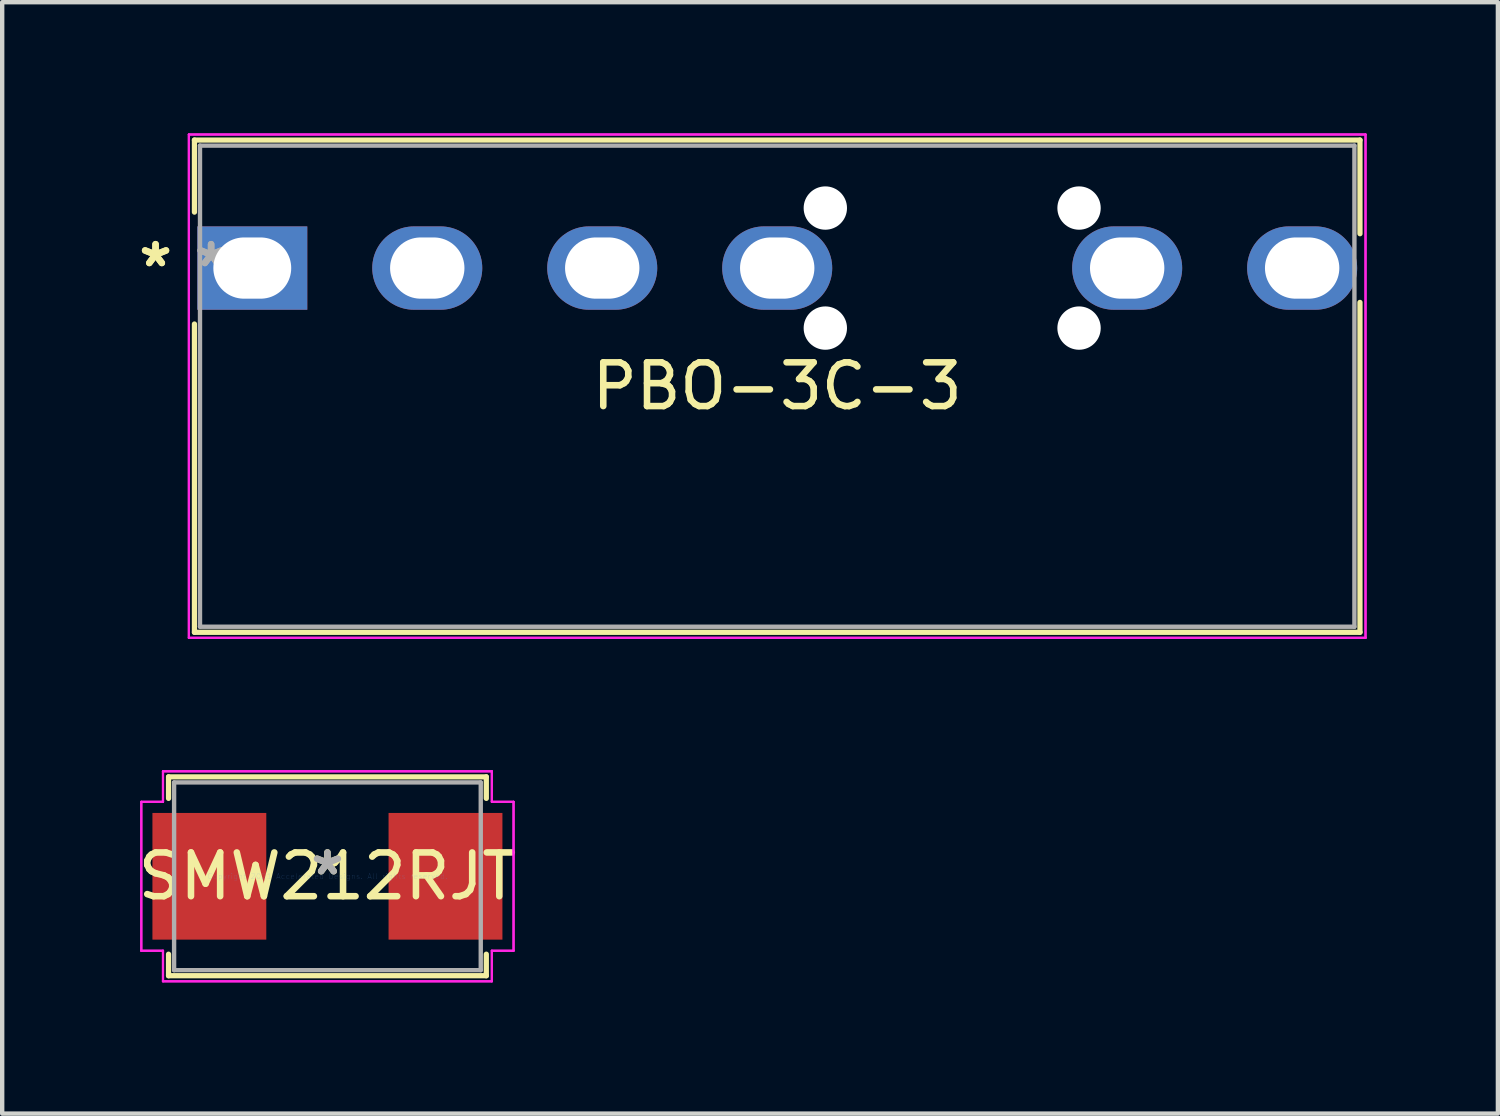
<source format=kicad_pcb>
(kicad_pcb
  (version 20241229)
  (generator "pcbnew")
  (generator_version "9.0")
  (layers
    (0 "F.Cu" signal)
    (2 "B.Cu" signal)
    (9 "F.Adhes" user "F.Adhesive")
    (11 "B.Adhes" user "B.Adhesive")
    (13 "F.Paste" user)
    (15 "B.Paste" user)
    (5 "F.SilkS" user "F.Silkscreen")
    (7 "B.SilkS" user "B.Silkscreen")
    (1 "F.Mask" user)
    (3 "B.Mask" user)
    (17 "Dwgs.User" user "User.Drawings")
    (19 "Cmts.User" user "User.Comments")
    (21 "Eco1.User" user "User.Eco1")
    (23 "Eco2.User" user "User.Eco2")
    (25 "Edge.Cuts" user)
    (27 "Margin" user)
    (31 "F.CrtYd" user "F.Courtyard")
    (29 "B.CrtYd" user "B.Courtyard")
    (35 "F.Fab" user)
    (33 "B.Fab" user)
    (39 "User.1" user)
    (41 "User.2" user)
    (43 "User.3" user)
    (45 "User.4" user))
  (footprint "SMW212RJT"
    (layer "F.Cu")
    (at 4.435 16.982)
    (property "Reference" "SMW212RJT" (at 0 0 0) (layer "F.SilkS") (effects (font (size 1 1) (thickness 0.15))))
    (attr through_hole)
    (fp_line (start -3.632 -2.273) (end -3.632 -1.781) (stroke (width 0.12) (type solid)) (layer "F.SilkS"))
    (fp_line (start -3.632 1.781) (end -3.632 2.273) (stroke (width 0.12) (type solid)) (layer "F.SilkS"))
    (fp_line (start -3.632 2.273) (end 3.632 2.273) (stroke (width 0.12) (type solid)) (layer "F.SilkS"))
    (fp_line (start 3.632 -2.273) (end -3.632 -2.273) (stroke (width 0.12) (type solid)) (layer "F.SilkS"))
    (fp_line (start 3.632 -1.781) (end 3.632 -2.273) (stroke (width 0.12) (type solid)) (layer "F.SilkS"))
    (fp_line (start 3.632 2.273) (end 3.632 1.781) (stroke (width 0.12) (type solid)) (layer "F.SilkS"))
    (fp_line (start -4.255 -1.702) (end -3.759 -1.702) (stroke (width 0.05) (type solid)) (layer "F.CrtYd"))
    (fp_line (start -4.255 -1.702) (end -3.759 -1.702) (stroke (width 0.05) (type solid)) (layer "F.CrtYd"))
    (fp_line (start -4.255 1.702) (end -4.255 -1.702) (stroke (width 0.05) (type solid)) (layer "F.CrtYd"))
    (fp_line (start -4.255 1.702) (end -4.255 -1.702) (stroke (width 0.05) (type solid)) (layer "F.CrtYd"))
    (fp_line (start -3.759 -2.4) (end 3.759 -2.4) (stroke (width 0.05) (type solid)) (layer "F.CrtYd"))
    (fp_line (start -3.759 -2.4) (end 3.759 -2.4) (stroke (width 0.05) (type solid)) (layer "F.CrtYd"))
    (fp_line (start -3.759 -1.702) (end -3.759 -2.4) (stroke (width 0.05) (type solid)) (layer "F.CrtYd"))
    (fp_line (start -3.759 -1.702) (end -3.759 -2.4) (stroke (width 0.05) (type solid)) (layer "F.CrtYd"))
    (fp_line (start -3.759 1.702) (end -4.255 1.702) (stroke (width 0.05) (type solid)) (layer "F.CrtYd"))
    (fp_line (start -3.759 1.702) (end -4.255 1.702) (stroke (width 0.05) (type solid)) (layer "F.CrtYd"))
    (fp_line (start -3.759 2.4) (end -3.759 1.702) (stroke (width 0.05) (type solid)) (layer "F.CrtYd"))
    (fp_line (start -3.759 2.4) (end -3.759 1.702) (stroke (width 0.05) (type solid)) (layer "F.CrtYd"))
    (fp_line (start 3.759 -2.4) (end 3.759 -1.702) (stroke (width 0.05) (type solid)) (layer "F.CrtYd"))
    (fp_line (start 3.759 -2.4) (end 3.759 -1.702) (stroke (width 0.05) (type solid)) (layer "F.CrtYd"))
    (fp_line (start 3.759 -1.702) (end 4.255 -1.702) (stroke (width 0.05) (type solid)) (layer "F.CrtYd"))
    (fp_line (start 3.759 -1.702) (end 4.255 -1.702) (stroke (width 0.05) (type solid)) (layer "F.CrtYd"))
    (fp_line (start 3.759 1.702) (end 3.759 2.4) (stroke (width 0.05) (type solid)) (layer "F.CrtYd"))
    (fp_line (start 3.759 1.702) (end 3.759 2.4) (stroke (width 0.05) (type solid)) (layer "F.CrtYd"))
    (fp_line (start 3.759 2.4) (end -3.759 2.4) (stroke (width 0.05) (type solid)) (layer "F.CrtYd"))
    (fp_line (start 3.759 2.4) (end -3.759 2.4) (stroke (width 0.05) (type solid)) (layer "F.CrtYd"))
    (fp_line (start 4.255 -1.702) (end 4.255 1.702) (stroke (width 0.05) (type solid)) (layer "F.CrtYd"))
    (fp_line (start 4.255 -1.702) (end 4.255 1.702) (stroke (width 0.05) (type solid)) (layer "F.CrtYd"))
    (fp_line (start 4.255 1.702) (end 3.759 1.702) (stroke (width 0.05) (type solid)) (layer "F.CrtYd"))
    (fp_line (start 4.255 1.702) (end 3.759 1.702) (stroke (width 0.05) (type solid)) (layer "F.CrtYd"))
    (fp_line (start -3.505 -2.146) (end -3.505 2.146) (stroke (width 0.1) (type solid)) (layer "F.Fab"))
    (fp_line (start -3.505 2.146) (end 3.505 2.146) (stroke (width 0.1) (type solid)) (layer "F.Fab"))
    (fp_line (start 3.505 -2.146) (end -3.505 -2.146) (stroke (width 0.1) (type solid)) (layer "F.Fab"))
    (fp_line (start 3.505 2.146) (end 3.505 -2.146) (stroke (width 0.1) (type solid)) (layer "F.Fab"))
    (fp_text user "*" (at 0 0 0) (layer "F.SilkS") (effects (font (size 1 1) (thickness 0.15))))
    (fp_text user "Copyright 2021 Accelerated Designs. All rights reserved." (at 0 0 0) (layer "Cmts.User") (effects (font (size 0.127 0.127) (thickness 0.002))))
    (fp_text user "*" (at 0 0 0) (layer "F.Fab") (effects (font (size 1 1) (thickness 0.15))))
    (pad "1" smd rect (at -2.699 0) (size 2.603 2.896) (layers "F.Cu" "F.Mask" "F.Paste"))
    (pad "2" smd rect (at 2.699 0) (size 2.603 2.896) (layers "F.Cu" "F.Mask" "F.Paste")))
  (footprint "PBO-3C-3"
    (layer "F.Cu")
    (at 2.717 3.078)
    (property "Reference" "PBO-3C-3" (at 12 2.7 0) (layer "F.SilkS") (effects (font (size 1 1) (thickness 0.15))))
    (attr through_hole)
    (fp_line (start -1.322 -2.926) (end -1.322 -1.279) (stroke (width 0.12) (type solid)) (layer "F.SilkS"))
    (fp_line (start -1.322 1.279) (end -1.322 8.326) (stroke (width 0.12) (type solid)) (layer "F.SilkS"))
    (fp_line (start -1.322 8.326) (end 25.322 8.326) (stroke (width 0.12) (type solid)) (layer "F.SilkS"))
    (fp_line (start 25.322 -2.926) (end -1.322 -2.926) (stroke (width 0.12) (type solid)) (layer "F.SilkS"))
    (fp_line (start 25.322 -0.785) (end 25.322 -2.926) (stroke (width 0.12) (type solid)) (layer "F.SilkS"))
    (fp_line (start 25.322 8.326) (end 25.322 0.785) (stroke (width 0.12) (type solid)) (layer "F.SilkS"))
    (fp_line (start -1.449 -3.053) (end 25.449 -3.053) (stroke (width 0.05) (type solid)) (layer "F.CrtYd"))
    (fp_line (start -1.449 -3.053) (end 25.449 -3.053) (stroke (width 0.05) (type solid)) (layer "F.CrtYd"))
    (fp_line (start -1.449 8.453) (end -1.449 -3.053) (stroke (width 0.05) (type solid)) (layer "F.CrtYd"))
    (fp_line (start -1.449 8.453) (end -1.449 -3.053) (stroke (width 0.05) (type solid)) (layer "F.CrtYd"))
    (fp_line (start 25.449 -3.053) (end 25.449 8.453) (stroke (width 0.05) (type solid)) (layer "F.CrtYd"))
    (fp_line (start 25.449 -3.053) (end 25.449 8.453) (stroke (width 0.05) (type solid)) (layer "F.CrtYd"))
    (fp_line (start 25.449 8.453) (end -1.449 8.453) (stroke (width 0.05) (type solid)) (layer "F.CrtYd"))
    (fp_line (start 25.449 8.453) (end -1.449 8.453) (stroke (width 0.05) (type solid)) (layer "F.CrtYd"))
    (fp_line (start -1.195 -2.799) (end -1.195 8.199) (stroke (width 0.1) (type solid)) (layer "F.Fab"))
    (fp_line (start -1.195 8.199) (end 25.195 8.199) (stroke (width 0.1) (type solid)) (layer "F.Fab"))
    (fp_line (start 25.195 -2.799) (end -1.195 -2.799) (stroke (width 0.1) (type solid)) (layer "F.Fab"))
    (fp_line (start 25.195 8.199) (end 25.195 -2.799) (stroke (width 0.1) (type solid)) (layer "F.Fab"))
    (fp_text user "*" (at -2.211 0 0) (layer "F.SilkS") (effects (font (size 1 1) (thickness 0.15))))
    (fp_text user "*" (at -2.211 0 0) (layer "F.SilkS") (effects (font (size 1 1) (thickness 0.15))))
    (fp_text user "*" (at -0.941 0 0) (layer "F.Fab") (effects (font (size 1 1) (thickness 0.15))))
    (fp_text user "*" (at -0.941 0 0) (layer "F.Fab") (effects (font (size 1 1) (thickness 0.15))))
    (pad "" np_thru_hole circle (at 13.1 -1.372) (size 0.991 0.991) (drill 0.991) (layers "*.Cu" "*.Mask"))
    (pad "" np_thru_hole circle (at 13.1 1.372) (size 0.991 0.991) (drill 0.991) (layers "*.Cu" "*.Mask"))
    (pad "" np_thru_hole circle (at 18.9 -1.372) (size 0.991 0.991) (drill 0.991) (layers "*.Cu" "*.Mask"))
    (pad "" np_thru_hole circle (at 18.9 1.372) (size 0.991 0.991) (drill 0.991) (layers "*.Cu" "*.Mask"))
    (pad "1" thru_hole rect (at 0 0) (size 2.515 1.905) (drill oval 1.78 1.4) (layers "*.Cu" "*.Mask"))
    (pad "2" thru_hole oval (at 4 0) (size 2.515 1.905) (drill oval 1.7 1.4) (layers "*.Cu" "*.Mask"))
    (pad "3" thru_hole oval (at 8 0) (size 2.515 1.905) (drill oval 1.7 1.4) (layers "*.Cu" "*.Mask"))
    (pad "4" thru_hole oval (at 12 0) (size 2.515 1.905) (drill oval 1.7 1.4) (layers "*.Cu" "*.Mask"))
    (pad "5" thru_hole oval (at 20 0) (size 2.515 1.905) (drill oval 1.7 1.4) (layers "*.Cu" "*.Mask"))
    (pad "6" thru_hole oval (at 24 0) (size 2.515 1.905) (drill oval 1.7 1.4) (layers "*.Cu" "*.Mask")))
  (gr_rect
    (start -3 -3)
    (end 31.192 22.407)
    (stroke (width 0.1) (type default))
    (fill no)
    (layer "Edge.Cuts")))
</source>
